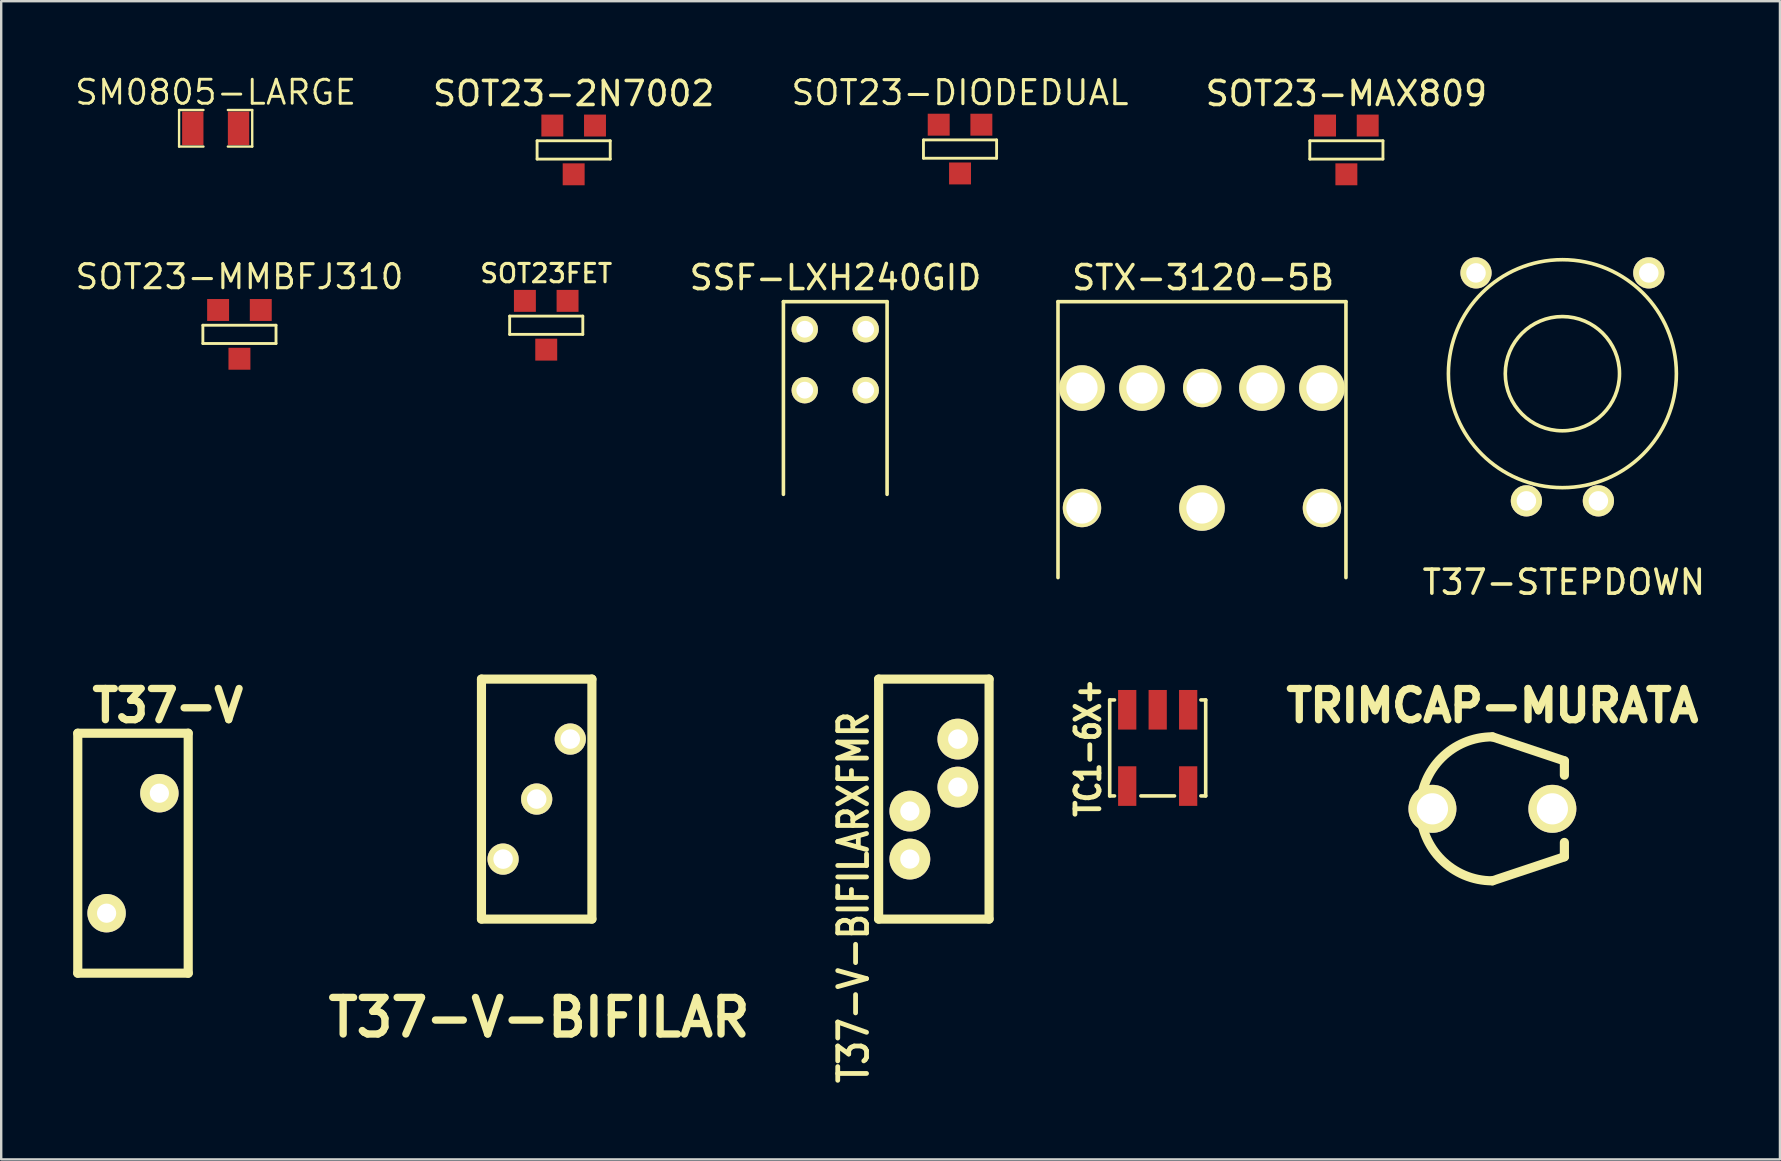
<source format=kicad_pcb>
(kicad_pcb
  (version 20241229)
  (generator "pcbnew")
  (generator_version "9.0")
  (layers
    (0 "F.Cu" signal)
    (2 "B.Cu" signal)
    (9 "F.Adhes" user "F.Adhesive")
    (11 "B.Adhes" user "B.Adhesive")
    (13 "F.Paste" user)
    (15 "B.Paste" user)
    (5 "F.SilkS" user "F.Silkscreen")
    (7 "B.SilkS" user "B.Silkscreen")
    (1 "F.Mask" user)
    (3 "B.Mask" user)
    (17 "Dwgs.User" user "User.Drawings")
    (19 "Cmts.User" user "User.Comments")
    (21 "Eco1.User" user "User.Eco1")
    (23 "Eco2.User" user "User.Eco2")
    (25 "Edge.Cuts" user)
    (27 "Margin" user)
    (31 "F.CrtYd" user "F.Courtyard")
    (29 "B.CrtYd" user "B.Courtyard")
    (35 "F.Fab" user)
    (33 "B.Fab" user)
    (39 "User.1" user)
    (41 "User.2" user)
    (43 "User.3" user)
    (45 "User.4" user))
  (footprint "SSF-LXH240GID"
    (layer "F.Cu")
    (at 31.757 17.65)
    (property "Reference" "SSF-LXH240GID" (at 0.01 -9.13 0) (layer "F.SilkS") (effects (font (size 1 1) (thickness 0.15))))
    (attr through_hole)
    (fp_line (start -2.16 -8.13) (end 2.16 -8.13) (stroke (width 0.15) (type solid)) (layer "F.SilkS"))
    (fp_line (start -2.16 -0.1) (end -2.16 -8.13) (stroke (width 0.15) (type solid)) (layer "F.SilkS"))
    (fp_line (start 2.16 -8.13) (end 2.16 -0.1) (stroke (width 0.15) (type solid)) (layer "F.SilkS"))
    (pad "1" thru_hole circle (at -1.27 -4.44) (size 1.1 1.1) (drill 0.7) (layers "*.Cu" "*.Mask" "F.SilkS"))
    (pad "2" thru_hole circle (at -1.27 -6.98) (size 1.1 1.1) (drill 0.7) (layers "*.Cu" "*.Mask" "F.SilkS"))
    (pad "3" thru_hole circle (at 1.27 -6.98) (size 1.1 1.1) (drill 0.7) (layers "*.Cu" "*.Mask" "F.SilkS"))
    (pad "4" thru_hole circle (at 1.27 -4.44) (size 1.1 1.1) (drill 0.7) (layers "*.Cu" "*.Mask" "F.SilkS")))
  (footprint "SOT23-MMBFJ310"
    (layer "F.Cu")
    (at 6.928 10.884)
    (property "Reference" "SOT23-MMBFJ310" (at 0 -2.4 0) (layer "F.SilkS") (effects (font (size 1 1) (thickness 0.13))))
    (attr smd)
    (fp_line (start -1.524 -0.381) (end 1.524 -0.381) (stroke (width 0.119) (type solid)) (layer "F.SilkS"))
    (fp_line (start -1.524 0.381) (end -1.524 -0.381) (stroke (width 0.119) (type solid)) (layer "F.SilkS"))
    (fp_line (start 1.524 -0.381) (end 1.524 0.381) (stroke (width 0.119) (type solid)) (layer "F.SilkS"))
    (fp_line (start 1.524 0.381) (end -1.524 0.381) (stroke (width 0.119) (type solid)) (layer "F.SilkS"))
    (pad "1" smd rect (at -0.889 -1.016) (size 0.914 0.914) (layers "F.Cu" "F.Mask" "F.Paste"))
    (pad "2" smd rect (at 0 1.016) (size 0.914 0.914) (layers "F.Cu" "F.Mask" "F.Paste"))
    (pad "3" smd rect (at 0.889 -1.016) (size 0.914 0.914) (layers "F.Cu" "F.Mask" "F.Paste")))
  (footprint "TC1-6X+"
    (layer "F.Cu")
    (at 45.194 28.118)
    (property "Reference" "TC1-6X+" (at -2.9 0 90) (layer "F.SilkS") (effects (font (size 1 0.8) (thickness 0.2))))
    (attr through_hole)
    (fp_line (start -2 -2) (end -1.8 -2) (stroke (width 0.15) (type solid)) (layer "F.SilkS"))
    (fp_line (start -2 2) (end -2 -2) (stroke (width 0.15) (type solid)) (layer "F.SilkS"))
    (fp_line (start -1.8 2) (end -2 2) (stroke (width 0.15) (type solid)) (layer "F.SilkS"))
    (fp_line (start -0.7 2) (end 0.7 2) (stroke (width 0.15) (type solid)) (layer "F.SilkS"))
    (fp_line (start 1.8 2) (end 2 2) (stroke (width 0.15) (type solid)) (layer "F.SilkS"))
    (fp_line (start 2 -2) (end 1.8 -2) (stroke (width 0.15) (type solid)) (layer "F.SilkS"))
    (fp_line (start 2 2) (end 2 -2) (stroke (width 0.15) (type solid)) (layer "F.SilkS"))
    (pad "1" smd rect (at -1.27 -1.59) (size 0.76 1.65) (layers "F.Cu" "F.Mask" "F.Paste"))
    (pad "2" smd rect (at 0 -1.59) (size 0.76 1.65) (layers "F.Cu" "F.Mask" "F.Paste"))
    (pad "3" smd rect (at 1.27 -1.59) (size 0.76 1.65) (layers "F.Cu" "F.Mask" "F.Paste"))
    (pad "4" smd rect (at 1.27 1.59) (size 0.76 1.65) (layers "F.Cu" "F.Mask" "F.Paste"))
    (pad "6" smd rect (at -1.27 1.59) (size 0.76 1.65) (layers "F.Cu" "F.Mask" "F.Paste")))
  (footprint "SOT23-DIODEDUAL"
    (layer "F.Cu")
    (at 36.957 3.162)
    (property "Reference" "SOT23-DIODEDUAL" (at 0 -2.35 0) (layer "F.SilkS") (effects (font (size 1 1) (thickness 0.13))))
    (attr smd)
    (fp_line (start -1.524 -0.381) (end 1.524 -0.381) (stroke (width 0.119) (type solid)) (layer "F.SilkS"))
    (fp_line (start -1.524 0.381) (end -1.524 -0.381) (stroke (width 0.119) (type solid)) (layer "F.SilkS"))
    (fp_line (start 1.524 -0.381) (end 1.524 0.381) (stroke (width 0.119) (type solid)) (layer "F.SilkS"))
    (fp_line (start 1.524 0.381) (end -1.524 0.381) (stroke (width 0.119) (type solid)) (layer "F.SilkS"))
    (pad "1" smd rect (at 0.889 -1.016) (size 0.914 0.914) (layers "F.Cu" "F.Mask" "F.Paste"))
    (pad "2" smd rect (at -0.889 -1.016) (size 0.914 0.914) (layers "F.Cu" "F.Mask" "F.Paste"))
    (pad "3" smd rect (at 0 1.016) (size 0.914 0.914) (layers "F.Cu" "F.Mask" "F.Paste")))
  (footprint "T37-V-BIFILAR"
    (layer "F.Cu")
    (at 19.315 35.25)
    (property "Reference" "T37-V-BIFILAR" (at 0.099 4.1 0) (layer "F.SilkS") (effects (font (size 1.524 1.524) (thickness 0.305))))
    (attr through_hole)
    (fp_line (start -2.301 -10) (end -2.301 0) (stroke (width 0.381) (type solid)) (layer "F.SilkS"))
    (fp_line (start -2.301 0) (end 2.301 0) (stroke (width 0.381) (type solid)) (layer "F.SilkS"))
    (fp_line (start 2.301 -10) (end -2.301 -10) (stroke (width 0.381) (type solid)) (layer "F.SilkS"))
    (fp_line (start 2.301 0) (end 2.301 -10) (stroke (width 0.381) (type solid)) (layer "F.SilkS"))
    (pad "1" thru_hole circle (at -1.4 -2.499) (size 1.3 1.3) (drill 0.813) (layers "*.Cu" "*.Mask" "F.SilkS"))
    (pad "2" thru_hole circle (at 1.4 -7.501) (size 1.3 1.3) (drill 0.813) (layers "*.Cu" "*.Mask" "F.SilkS"))
    (pad "3" thru_hole circle (at 0 -5.001) (size 1.3 1.3) (drill 0.813) (layers "*.Cu" "*.Mask" "F.SilkS")))
  (footprint "T37-V-BIFILARXFMR"
    (layer "F.Cu")
    (at 35.866 35.25)
    (property "Reference" "T37-V-BIFILARXFMR" (at -3.35 -0.9 90) (layer "F.SilkS") (effects (font (size 1.2 1) (thickness 0.2))))
    (attr through_hole)
    (fp_line (start -2.301 -10) (end -2.301 0) (stroke (width 0.381) (type solid)) (layer "F.SilkS"))
    (fp_line (start -2.301 0) (end 2.301 0) (stroke (width 0.381) (type solid)) (layer "F.SilkS"))
    (fp_line (start 2.301 -10) (end -2.301 -10) (stroke (width 0.381) (type solid)) (layer "F.SilkS"))
    (fp_line (start 2.301 0) (end 2.301 -10) (stroke (width 0.381) (type solid)) (layer "F.SilkS"))
    (pad "1" thru_hole circle (at -1 -2.5) (size 1.7 1.7) (drill 0.8) (layers "*.Cu" "*.Mask" "F.SilkS"))
    (pad "2" thru_hole circle (at 1 -5.5) (size 1.7 1.7) (drill 0.8) (layers "*.Cu" "*.Mask" "F.SilkS"))
    (pad "3" thru_hole circle (at -1 -4.5) (size 1.7 1.7) (drill 0.8) (layers "*.Cu" "*.Mask" "F.SilkS"))
    (pad "4" thru_hole circle (at 1 -7.5) (size 1.7 1.7) (drill 0.813) (layers "*.Cu" "*.Mask" "F.SilkS")))
  (footprint "TRIMCAP-MURATA"
    (layer "F.Cu")
    (at 59.142 30.656)
    (property "Reference" "TRIMCAP-MURATA" (at 0 -4.3 0) (layer "F.SilkS") (effects (font (size 1.3 1.3) (thickness 0.305))))
    (attr through_hole)
    (fp_line (start 3 -1.999) (end 0 -3) (stroke (width 0.381) (type solid)) (layer "F.SilkS"))
    (fp_line (start 3 -1.999) (end 3 -1.4) (stroke (width 0.381) (type solid)) (layer "F.SilkS"))
    (fp_line (start 3 1.999) (end 0 3) (stroke (width 0.381) (type solid)) (layer "F.SilkS"))
    (fp_line (start 3 1.999) (end 3 1.4) (stroke (width 0.381) (type solid)) (layer "F.SilkS"))
    (fp_arc (start -2.99974 0) (mid -2.121136 -2.121136) (end 0 -2.99974) (stroke (width 0.381) (type solid)) (layer "F.SilkS"))
    (fp_arc (start 0 2.99974) (mid -2.121136 2.121136) (end -2.99974 0) (stroke (width 0.381) (type solid)) (layer "F.SilkS"))
    (pad "1" thru_hole circle (at 2.499 0) (size 1.999 1.999) (drill 1.3) (layers "*.Cu" "*.Mask" "F.SilkS"))
    (pad "2" thru_hole circle (at -2.499 0) (size 1.999 1.999) (drill 1.3) (layers "*.Cu" "*.Mask" "F.SilkS")))
  (footprint "SOT23FET"
    (layer "F.Cu")
    (at 19.713 10.504)
    (property "Reference" "SOT23FET" (at 0 -2.159 0) (layer "F.SilkS") (effects (font (size 0.762 0.762) (thickness 0.13))))
    (attr smd)
    (fp_line (start -1.524 -0.381) (end 1.524 -0.381) (stroke (width 0.119) (type solid)) (layer "F.SilkS"))
    (fp_line (start -1.524 0.381) (end -1.524 -0.381) (stroke (width 0.119) (type solid)) (layer "F.SilkS"))
    (fp_line (start 1.524 -0.381) (end 1.524 0.381) (stroke (width 0.119) (type solid)) (layer "F.SilkS"))
    (fp_line (start 1.524 0.381) (end -1.524 0.381) (stroke (width 0.119) (type solid)) (layer "F.SilkS"))
    (pad "1" smd rect (at -0.889 -1.016) (size 0.914 0.914) (layers "F.Cu" "F.Mask" "F.Paste"))
    (pad "2" smd rect (at 0 1.016) (size 0.914 0.914) (layers "F.Cu" "F.Mask" "F.Paste"))
    (pad "3" smd rect (at 0.889 -1.016) (size 0.914 0.914) (layers "F.Cu" "F.Mask" "F.Paste")))
  (footprint "SM0805-LARGE"
    (layer "F.Cu")
    (at 5.937 2.296)
    (property "Reference" "SM0805-LARGE" (at 0 -1.5 0) (layer "F.SilkS") (effects (font (size 1 1) (thickness 0.12))))
    (attr smd)
    (fp_line (start -1.524 -0.762) (end -0.508 -0.762) (stroke (width 0.099) (type solid)) (layer "F.SilkS"))
    (fp_line (start -1.524 0.762) (end -1.524 -0.762) (stroke (width 0.099) (type solid)) (layer "F.SilkS"))
    (fp_line (start -0.508 0.762) (end -1.524 0.762) (stroke (width 0.099) (type solid)) (layer "F.SilkS"))
    (fp_line (start 0.508 -0.762) (end 1.524 -0.762) (stroke (width 0.099) (type solid)) (layer "F.SilkS"))
    (fp_line (start 1.524 -0.762) (end 1.524 0.762) (stroke (width 0.099) (type solid)) (layer "F.SilkS"))
    (fp_line (start 1.524 0.762) (end 0.508 0.762) (stroke (width 0.099) (type solid)) (layer "F.SilkS"))
    (pad "1" smd rect (at -0.953 0) (size 0.889 1.397) (layers "F.Cu" "F.Mask" "F.Paste"))
    (pad "2" smd rect (at 0.953 0) (size 0.889 1.397) (layers "F.Cu" "F.Mask" "F.Paste")))
  (footprint "T37-STEPDOWN"
    (layer "F.Cu")
    (at 62.059 12.522)
    (property "Reference" "T37-STEPDOWN" (at 0.06 8.69 0) (layer "F.SilkS") (effects (font (size 1 1) (thickness 0.15))))
    (attr through_hole)
    (fp_circle (center 0 0) (end 0.01 2.38) (stroke (width 0.15) (type solid)) (fill no) (layer "F.SilkS"))
    (fp_circle (center 0 0) (end 4.75 0) (stroke (width 0.15) (type solid)) (fill no) (layer "F.SilkS"))
    (pad "1" thru_hole circle (at -1.5 5.3) (size 1.3 1.3) (drill 0.813) (layers "*.Cu" "*.Mask" "F.SilkS"))
    (pad "2" thru_hole circle (at 1.5 5.3) (size 1.3 1.3) (drill 0.813) (layers "*.Cu" "*.Mask" "F.SilkS"))
    (pad "3" thru_hole circle (at -3.6 -4.2) (size 1.3 1.3) (drill 0.813) (layers "*.Cu" "*.Mask" "F.SilkS"))
    (pad "4" thru_hole circle (at 3.6 -4.2) (size 1.3 1.3) (drill 0.813) (layers "*.Cu" "*.Mask" "F.SilkS")))
  (footprint "STX-3120-5B"
    (layer "F.Cu")
    (at 47.039 21.12)
    (property "Reference" "STX-3120-5B" (at 0.05 -12.6 0) (layer "F.SilkS") (effects (font (size 1 1) (thickness 0.15))))
    (attr through_hole)
    (fp_line (start -6 -11.6) (end 6 -11.6) (stroke (width 0.15) (type solid)) (layer "F.SilkS"))
    (fp_line (start -6 -0.1) (end -6 -11.6) (stroke (width 0.15) (type solid)) (layer "F.SilkS"))
    (fp_line (start 6 -11.6) (end 6 -0.1) (stroke (width 0.15) (type solid)) (layer "F.SilkS"))
    (pad "" np_thru_hole circle (at -5 -3) (size 1.6 1.6) (drill 1.3) (layers "*.Cu" "*.Mask" "F.SilkS"))
    (pad "" np_thru_hole circle (at 0.01 -8) (size 1.6 1.6) (drill 1.3) (layers "*.Cu" "*.Mask" "F.SilkS"))
    (pad "" np_thru_hole circle (at 5 -3) (size 1.6 1.6) (drill 1.3) (layers "*.Cu" "*.Mask" "F.SilkS"))
    (pad "1" thru_hole circle (at 0 -3) (size 1.9 1.9) (drill 1.3) (layers "*.Cu" "*.Mask" "F.SilkS"))
    (pad "2" thru_hole circle (at -5 -8) (size 1.9 1.9) (drill 1.3) (layers "*.Cu" "*.Mask" "F.SilkS"))
    (pad "3" thru_hole circle (at -2.5 -8) (size 1.9 1.9) (drill 1.3) (layers "*.Cu" "*.Mask" "F.SilkS"))
    (pad "4" thru_hole circle (at 2.5 -8) (size 1.9 1.9) (drill 1.3) (layers "*.Cu" "*.Mask" "F.SilkS"))
    (pad "5" thru_hole circle (at 5 -8) (size 1.9 1.9) (drill 1.3) (layers "*.Cu" "*.Mask" "F.SilkS")))
  (footprint "T37-V"
    (layer "F.Cu")
    (at 2.492 37.505)
    (property "Reference" "T37-V" (at 1.45 -11.15 180) (layer "F.SilkS") (effects (font (size 1.3 1.3) (thickness 0.305))))
    (attr through_hole)
    (fp_line (start -2.301 -10) (end -2.301 0) (stroke (width 0.381) (type solid)) (layer "F.SilkS"))
    (fp_line (start -2.301 0) (end 2.301 0) (stroke (width 0.381) (type solid)) (layer "F.SilkS"))
    (fp_line (start 2.301 -10) (end -2.301 -10) (stroke (width 0.381) (type solid)) (layer "F.SilkS"))
    (fp_line (start 2.301 0) (end 2.301 -10) (stroke (width 0.381) (type solid)) (layer "F.SilkS"))
    (pad "1" thru_hole circle (at -1.1 -2.5) (size 1.6 1.6) (drill 0.8) (layers "*.Cu" "*.Mask" "F.SilkS"))
    (pad "2" thru_hole circle (at 1.1 -7.5) (size 1.6 1.6) (drill 0.8) (layers "*.Cu" "*.Mask" "F.SilkS")))
  (footprint "SOT23-MAX809"
    (layer "F.Cu")
    (at 53.057 3.198)
    (property "Reference" "SOT23-MAX809" (at 0 -2.35 0) (layer "F.SilkS") (effects (font (size 1 1) (thickness 0.15))))
    (attr smd)
    (fp_line (start -1.524 -0.381) (end 1.524 -0.381) (stroke (width 0.119) (type solid)) (layer "F.SilkS"))
    (fp_line (start -1.524 0.381) (end -1.524 -0.381) (stroke (width 0.119) (type solid)) (layer "F.SilkS"))
    (fp_line (start 1.524 -0.381) (end 1.524 0.381) (stroke (width 0.119) (type solid)) (layer "F.SilkS"))
    (fp_line (start 1.524 0.381) (end -1.524 0.381) (stroke (width 0.119) (type solid)) (layer "F.SilkS"))
    (pad "1" smd rect (at 0.889 -1.016) (size 0.914 0.914) (layers "F.Cu" "F.Mask" "F.Paste"))
    (pad "2" smd rect (at -0.889 -1.016) (size 0.914 0.914) (layers "F.Cu" "F.Mask" "F.Paste"))
    (pad "3" smd rect (at 0 1.016) (size 0.914 0.914) (layers "F.Cu" "F.Mask" "F.Paste")))
  (footprint "SOT23-2N7002"
    (layer "F.Cu")
    (at 20.856 3.198)
    (property "Reference" "SOT23-2N7002" (at 0 -2.35 0) (layer "F.SilkS") (effects (font (size 1 1) (thickness 0.15))))
    (attr smd)
    (fp_line (start -1.524 -0.381) (end 1.524 -0.381) (stroke (width 0.119) (type solid)) (layer "F.SilkS"))
    (fp_line (start -1.524 0.381) (end -1.524 -0.381) (stroke (width 0.119) (type solid)) (layer "F.SilkS"))
    (fp_line (start 1.524 -0.381) (end 1.524 0.381) (stroke (width 0.119) (type solid)) (layer "F.SilkS"))
    (fp_line (start 1.524 0.381) (end -1.524 0.381) (stroke (width 0.119) (type solid)) (layer "F.SilkS"))
    (pad "1" smd rect (at -0.889 -1.016) (size 0.914 0.914) (layers "F.Cu" "F.Mask" "F.Paste"))
    (pad "2" smd rect (at 0.889 -1.016) (size 0.914 0.914) (layers "F.Cu" "F.Mask" "F.Paste"))
    (pad "3" smd rect (at 0 1.016) (size 0.914 0.914) (layers "F.Cu" "F.Mask" "F.Paste")))
  (gr_rect
    (start -3 -3)
    (end 71.125 45.265)
    (stroke (width 0.1) (type default))
    (fill no)
    (layer "Edge.Cuts")))
</source>
